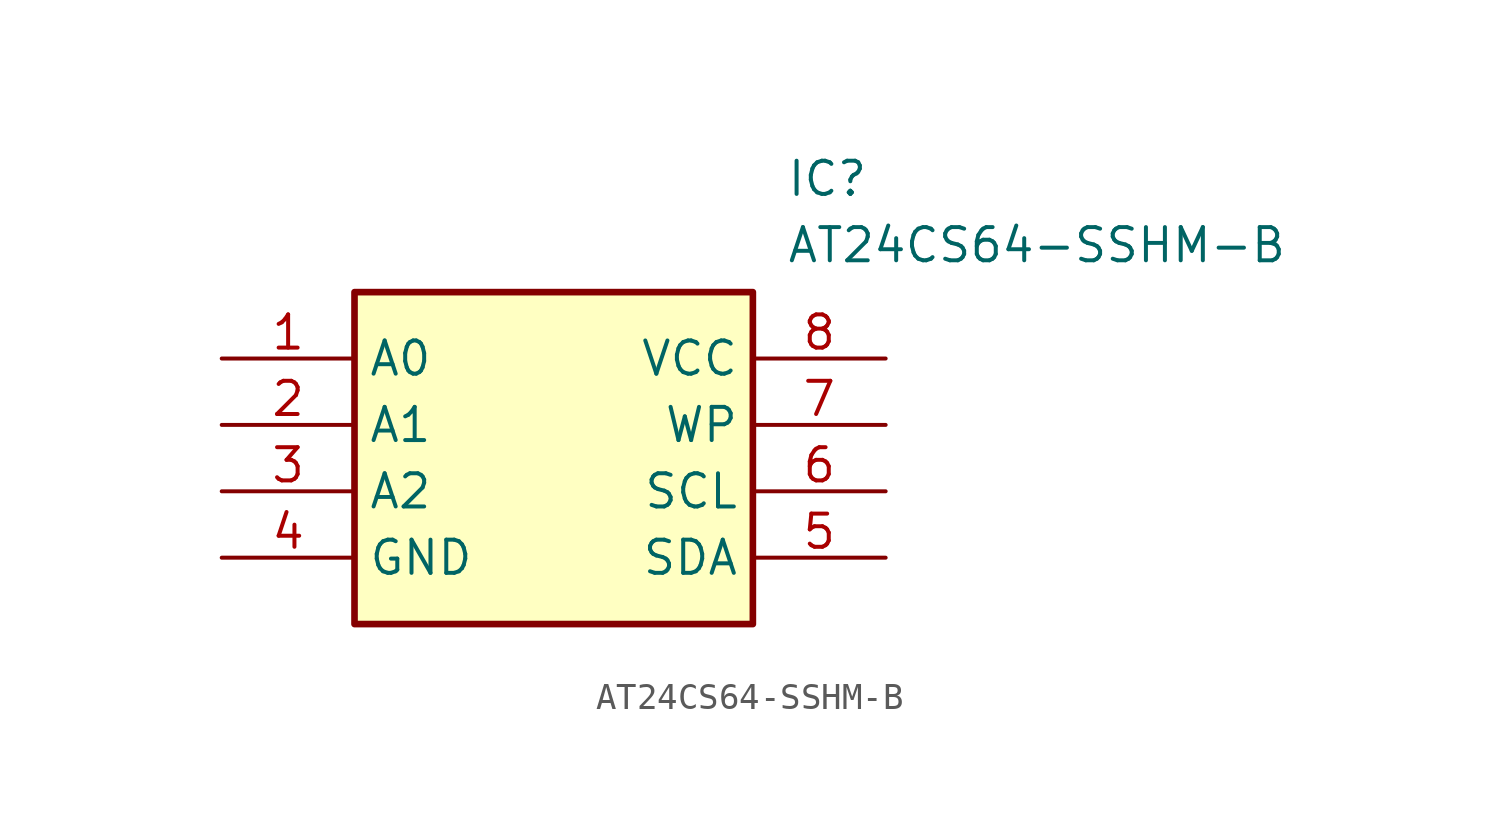
<source format=kicad_sym>
(kicad_symbol_lib
  (version 20211014)
  (generator SamacSys_ECAD_Model)
  (symbol "AT24CS64-SSHM-B"
    (property "Reference" "IC"
      (at 21.59 7.62 0)
      (effects (font (size 1.27 1.27)) (justify left top)))
    (property "Value" "AT24CS64-SSHM-B"
      (at 21.59 5.08 0)
      (effects (font (size 1.27 1.27)) (justify left top)))
    (rectangle
      (start 5.08 2.54)
      (end 20.32 -10.16)
      (stroke (width 0.254) (type default))
      (fill (type background)))
    (pin passive line
      (at 0 0 0)
      (length 5.08)
      (name "A0" (effects (font (size 1.27 1.27))))
      (number "1" (effects (font (size 1.27 1.27)))))
    (pin passive line
      (at 0 -2.54 0)
      (length 5.08)
      (name "A1" (effects (font (size 1.27 1.27))))
      (number "2" (effects (font (size 1.27 1.27)))))
    (pin passive line
      (at 0 -5.08 0)
      (length 5.08)
      (name "A2" (effects (font (size 1.27 1.27))))
      (number "3" (effects (font (size 1.27 1.27)))))
    (pin passive line
      (at 0 -7.62 0)
      (length 5.08)
      (name "GND" (effects (font (size 1.27 1.27))))
      (number "4" (effects (font (size 1.27 1.27)))))
    (pin passive line
      (at 25.4 0 180)
      (length 5.08)
      (name "VCC" (effects (font (size 1.27 1.27))))
      (number "8" (effects (font (size 1.27 1.27)))))
    (pin passive line
      (at 25.4 -2.54 180)
      (length 5.08)
      (name "WP" (effects (font (size 1.27 1.27))))
      (number "7" (effects (font (size 1.27 1.27)))))
    (pin passive line
      (at 25.4 -5.08 180)
      (length 5.08)
      (name "SCL" (effects (font (size 1.27 1.27))))
      (number "6" (effects (font (size 1.27 1.27)))))
    (pin passive line
      (at 25.4 -7.62 180)
      (length 5.08)
      (name "SDA" (effects (font (size 1.27 1.27))))
      (number "5" (effects (font (size 1.27 1.27)))))))
</source>
